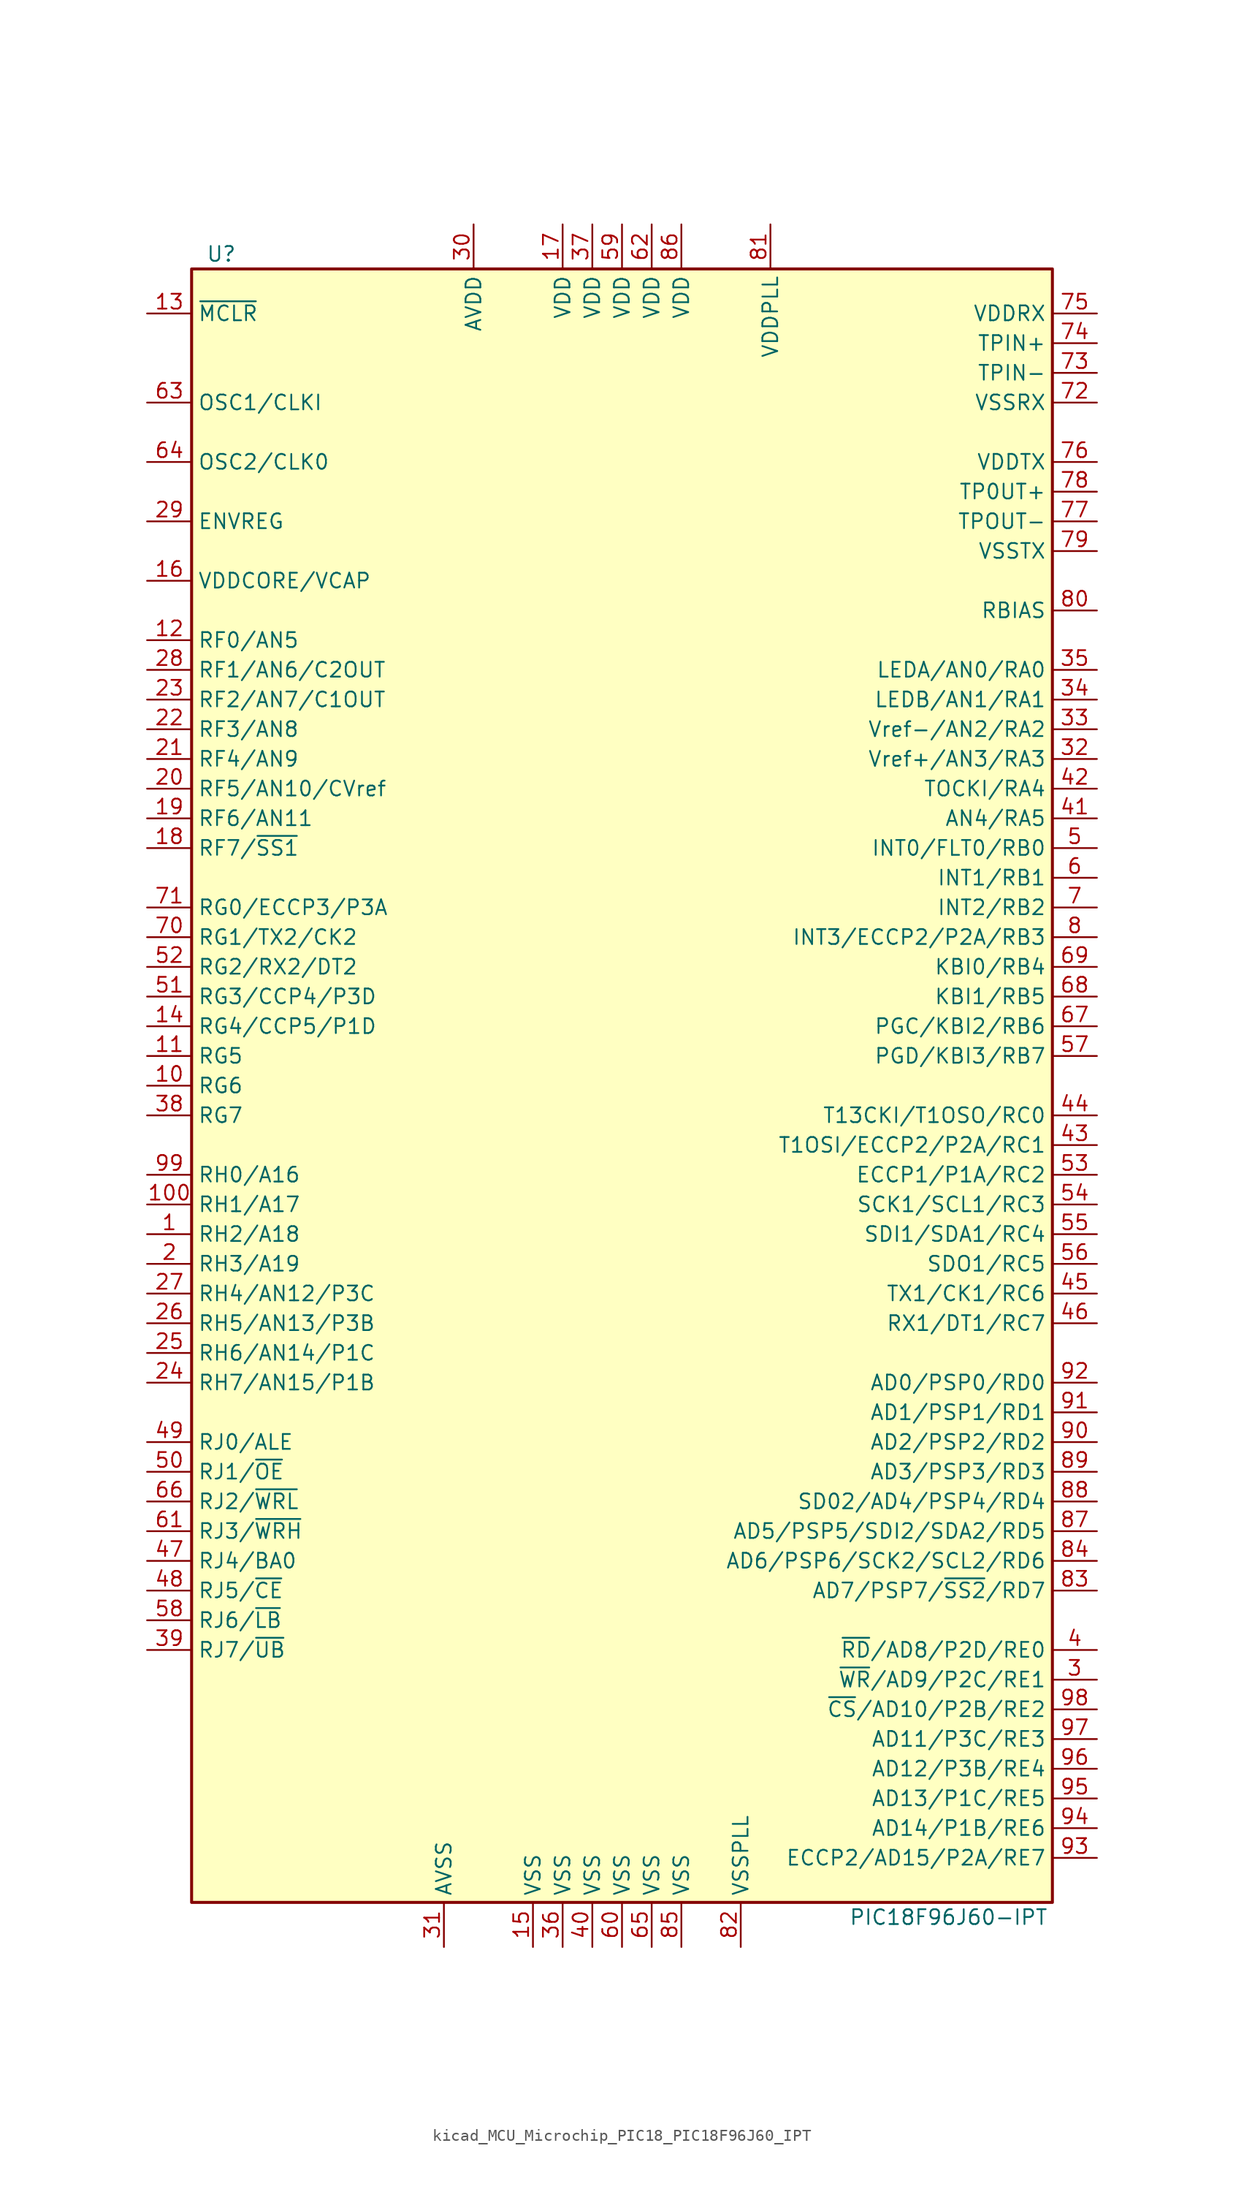
<source format=kicad_sym>
(kicad_symbol_lib
  (version 20220914)
  (generator kicad_symbol_editor)
  (symbol "kicad_MCU_Microchip_PIC18_PIC18F96J60_IPT"
    (property "Reference" "U"
      (at -34.29 71.12 0)
      (effects (font (size 1.27 1.27))))
    (property "Value" "PIC18F96J60-IPT"
      (at 27.94 -71.12 0)
      (effects (font (size 1.27 1.27))))
    (symbol "kicad_MCU_Microchip_PIC18_PIC18F96J60_IPT_0_1"
      (rectangle (start -36.83 69.85) (end 36.83 -69.85) (stroke (width 0.254) (type default)) (fill (type background))))
    (symbol "kicad_MCU_Microchip_PIC18_PIC18F96J60_IPT_1_1"
      (pin bidirectional line (at -40.64 -12.7 0) (length 3.81) (name "RH2/A18" (effects (font (size 1.27 1.27)))) (number "1" (effects (font (size 1.27 1.27)))))
      (pin bidirectional line (at -40.64 0 0) (length 3.81) (name "RG6" (effects (font (size 1.27 1.27)))) (number "10" (effects (font (size 1.27 1.27)))))
      (pin bidirectional line (at -40.64 -10.16 0) (length 3.81) (name "RH1/A17" (effects (font (size 1.27 1.27)))) (number "100" (effects (font (size 1.27 1.27)))))
      (pin bidirectional line (at -40.64 2.54 0) (length 3.81) (name "RG5" (effects (font (size 1.27 1.27)))) (number "11" (effects (font (size 1.27 1.27)))))
      (pin bidirectional line (at -40.64 38.1 0) (length 3.81) (name "RF0/AN5" (effects (font (size 1.27 1.27)))) (number "12" (effects (font (size 1.27 1.27)))))
      (pin input line (at -40.64 66.04 0) (length 3.81) (name "~{MCLR}" (effects (font (size 1.27 1.27)))) (number "13" (effects (font (size 1.27 1.27)))))
      (pin bidirectional line (at -40.64 5.08 0) (length 3.81) (name "RG4/CCP5/P1D" (effects (font (size 1.27 1.27)))) (number "14" (effects (font (size 1.27 1.27)))))
      (pin power_in line (at -7.62 -73.66 90) (length 3.81) (name "VSS" (effects (font (size 1.27 1.27)))) (number "15" (effects (font (size 1.27 1.27)))))
      (pin passive line (at -40.64 43.18 0) (length 3.81) (name "VDDCORE/VCAP" (effects (font (size 1.27 1.27)))) (number "16" (effects (font (size 1.27 1.27)))))
      (pin power_in line (at -5.08 73.66 270) (length 3.81) (name "VDD" (effects (font (size 1.27 1.27)))) (number "17" (effects (font (size 1.27 1.27)))))
      (pin bidirectional line (at -40.64 20.32 0) (length 3.81) (name "RF7/~{SS1}" (effects (font (size 1.27 1.27)))) (number "18" (effects (font (size 1.27 1.27)))))
      (pin bidirectional line (at -40.64 22.86 0) (length 3.81) (name "RF6/AN11" (effects (font (size 1.27 1.27)))) (number "19" (effects (font (size 1.27 1.27)))))
      (pin bidirectional line (at -40.64 -15.24 0) (length 3.81) (name "RH3/A19" (effects (font (size 1.27 1.27)))) (number "2" (effects (font (size 1.27 1.27)))))
      (pin bidirectional line (at -40.64 25.4 0) (length 3.81) (name "RF5/AN10/CVref" (effects (font (size 1.27 1.27)))) (number "20" (effects (font (size 1.27 1.27)))))
      (pin bidirectional line (at -40.64 27.94 0) (length 3.81) (name "RF4/AN9" (effects (font (size 1.27 1.27)))) (number "21" (effects (font (size 1.27 1.27)))))
      (pin bidirectional line (at -40.64 30.48 0) (length 3.81) (name "RF3/AN8" (effects (font (size 1.27 1.27)))) (number "22" (effects (font (size 1.27 1.27)))))
      (pin bidirectional line (at -40.64 33.02 0) (length 3.81) (name "RF2/AN7/C1OUT" (effects (font (size 1.27 1.27)))) (number "23" (effects (font (size 1.27 1.27)))))
      (pin bidirectional line (at -40.64 -25.4 0) (length 3.81) (name "RH7/AN15/P1B" (effects (font (size 1.27 1.27)))) (number "24" (effects (font (size 1.27 1.27)))))
      (pin bidirectional line (at -40.64 -22.86 0) (length 3.81) (name "RH6/AN14/P1C" (effects (font (size 1.27 1.27)))) (number "25" (effects (font (size 1.27 1.27)))))
      (pin bidirectional line (at -40.64 -20.32 0) (length 3.81) (name "RH5/AN13/P3B" (effects (font (size 1.27 1.27)))) (number "26" (effects (font (size 1.27 1.27)))))
      (pin bidirectional line (at -40.64 -17.78 0) (length 3.81) (name "RH4/AN12/P3C" (effects (font (size 1.27 1.27)))) (number "27" (effects (font (size 1.27 1.27)))))
      (pin bidirectional line (at -40.64 35.56 0) (length 3.81) (name "RF1/AN6/C2OUT" (effects (font (size 1.27 1.27)))) (number "28" (effects (font (size 1.27 1.27)))))
      (pin passive line (at -40.64 48.26 0) (length 3.81) (name "ENVREG" (effects (font (size 1.27 1.27)))) (number "29" (effects (font (size 1.27 1.27)))))
      (pin bidirectional line (at 40.64 -50.8 180) (length 3.81) (name "~{WR}/AD9/P2C/RE1" (effects (font (size 1.27 1.27)))) (number "3" (effects (font (size 1.27 1.27)))))
      (pin power_in line (at -12.7 73.66 270) (length 3.81) (name "AVDD" (effects (font (size 1.27 1.27)))) (number "30" (effects (font (size 1.27 1.27)))))
      (pin power_in line (at -15.24 -73.66 90) (length 3.81) (name "AVSS" (effects (font (size 1.27 1.27)))) (number "31" (effects (font (size 1.27 1.27)))))
      (pin bidirectional line (at 40.64 27.94 180) (length 3.81) (name "Vref+/AN3/RA3" (effects (font (size 1.27 1.27)))) (number "32" (effects (font (size 1.27 1.27)))))
      (pin bidirectional line (at 40.64 30.48 180) (length 3.81) (name "Vref-/AN2/RA2" (effects (font (size 1.27 1.27)))) (number "33" (effects (font (size 1.27 1.27)))))
      (pin bidirectional line (at 40.64 33.02 180) (length 3.81) (name "LEDB/AN1/RA1" (effects (font (size 1.27 1.27)))) (number "34" (effects (font (size 1.27 1.27)))))
      (pin bidirectional line (at 40.64 35.56 180) (length 3.81) (name "LEDA/AN0/RA0" (effects (font (size 1.27 1.27)))) (number "35" (effects (font (size 1.27 1.27)))))
      (pin power_in line (at -5.08 -73.66 90) (length 3.81) (name "VSS" (effects (font (size 1.27 1.27)))) (number "36" (effects (font (size 1.27 1.27)))))
      (pin power_in line (at -2.54 73.66 270) (length 3.81) (name "VDD" (effects (font (size 1.27 1.27)))) (number "37" (effects (font (size 1.27 1.27)))))
      (pin bidirectional line (at -40.64 -2.54 0) (length 3.81) (name "RG7" (effects (font (size 1.27 1.27)))) (number "38" (effects (font (size 1.27 1.27)))))
      (pin bidirectional line (at -40.64 -48.26 0) (length 3.81) (name "RJ7/~{UB}" (effects (font (size 1.27 1.27)))) (number "39" (effects (font (size 1.27 1.27)))))
      (pin bidirectional line (at 40.64 -48.26 180) (length 3.81) (name "~{RD}/AD8/P2D/RE0" (effects (font (size 1.27 1.27)))) (number "4" (effects (font (size 1.27 1.27)))))
      (pin power_in line (at -2.54 -73.66 90) (length 3.81) (name "VSS" (effects (font (size 1.27 1.27)))) (number "40" (effects (font (size 1.27 1.27)))))
      (pin bidirectional line (at 40.64 22.86 180) (length 3.81) (name "AN4/RA5" (effects (font (size 1.27 1.27)))) (number "41" (effects (font (size 1.27 1.27)))))
      (pin bidirectional line (at 40.64 25.4 180) (length 3.81) (name "TOCKI/RA4" (effects (font (size 1.27 1.27)))) (number "42" (effects (font (size 1.27 1.27)))))
      (pin bidirectional line (at 40.64 -5.08 180) (length 3.81) (name "T1OSI/ECCP2/P2A/RC1" (effects (font (size 1.27 1.27)))) (number "43" (effects (font (size 1.27 1.27)))))
      (pin bidirectional line (at 40.64 -2.54 180) (length 3.81) (name "T13CKI/T1OSO/RC0" (effects (font (size 1.27 1.27)))) (number "44" (effects (font (size 1.27 1.27)))))
      (pin bidirectional line (at 40.64 -17.78 180) (length 3.81) (name "TX1/CK1/RC6" (effects (font (size 1.27 1.27)))) (number "45" (effects (font (size 1.27 1.27)))))
      (pin bidirectional line (at 40.64 -20.32 180) (length 3.81) (name "RX1/DT1/RC7" (effects (font (size 1.27 1.27)))) (number "46" (effects (font (size 1.27 1.27)))))
      (pin bidirectional line (at -40.64 -40.64 0) (length 3.81) (name "RJ4/BA0" (effects (font (size 1.27 1.27)))) (number "47" (effects (font (size 1.27 1.27)))))
      (pin bidirectional line (at -40.64 -43.18 0) (length 3.81) (name "RJ5/~{CE}" (effects (font (size 1.27 1.27)))) (number "48" (effects (font (size 1.27 1.27)))))
      (pin bidirectional line (at -40.64 -30.48 0) (length 3.81) (name "RJ0/ALE" (effects (font (size 1.27 1.27)))) (number "49" (effects (font (size 1.27 1.27)))))
      (pin bidirectional line (at 40.64 20.32 180) (length 3.81) (name "INT0/FLT0/RB0" (effects (font (size 1.27 1.27)))) (number "5" (effects (font (size 1.27 1.27)))))
      (pin bidirectional line (at -40.64 -33.02 0) (length 3.81) (name "RJ1/~{OE}" (effects (font (size 1.27 1.27)))) (number "50" (effects (font (size 1.27 1.27)))))
      (pin bidirectional line (at -40.64 7.62 0) (length 3.81) (name "RG3/CCP4/P3D" (effects (font (size 1.27 1.27)))) (number "51" (effects (font (size 1.27 1.27)))))
      (pin bidirectional line (at -40.64 10.16 0) (length 3.81) (name "RG2/RX2/DT2" (effects (font (size 1.27 1.27)))) (number "52" (effects (font (size 1.27 1.27)))))
      (pin bidirectional line (at 40.64 -7.62 180) (length 3.81) (name "ECCP1/P1A/RC2" (effects (font (size 1.27 1.27)))) (number "53" (effects (font (size 1.27 1.27)))))
      (pin bidirectional line (at 40.64 -10.16 180) (length 3.81) (name "SCK1/SCL1/RC3" (effects (font (size 1.27 1.27)))) (number "54" (effects (font (size 1.27 1.27)))))
      (pin bidirectional line (at 40.64 -12.7 180) (length 3.81) (name "SDI1/SDA1/RC4" (effects (font (size 1.27 1.27)))) (number "55" (effects (font (size 1.27 1.27)))))
      (pin bidirectional line (at 40.64 -15.24 180) (length 3.81) (name "SDO1/RC5" (effects (font (size 1.27 1.27)))) (number "56" (effects (font (size 1.27 1.27)))))
      (pin bidirectional line (at 40.64 2.54 180) (length 3.81) (name "PGD/KBI3/RB7" (effects (font (size 1.27 1.27)))) (number "57" (effects (font (size 1.27 1.27)))))
      (pin bidirectional line (at -40.64 -45.72 0) (length 3.81) (name "RJ6/~{LB}" (effects (font (size 1.27 1.27)))) (number "58" (effects (font (size 1.27 1.27)))))
      (pin power_in line (at 0 73.66 270) (length 3.81) (name "VDD" (effects (font (size 1.27 1.27)))) (number "59" (effects (font (size 1.27 1.27)))))
      (pin bidirectional line (at 40.64 17.78 180) (length 3.81) (name "INT1/RB1" (effects (font (size 1.27 1.27)))) (number "6" (effects (font (size 1.27 1.27)))))
      (pin power_in line (at 0 -73.66 90) (length 3.81) (name "VSS" (effects (font (size 1.27 1.27)))) (number "60" (effects (font (size 1.27 1.27)))))
      (pin bidirectional line (at -40.64 -38.1 0) (length 3.81) (name "RJ3/~{WRH}" (effects (font (size 1.27 1.27)))) (number "61" (effects (font (size 1.27 1.27)))))
      (pin power_in line (at 2.54 73.66 270) (length 3.81) (name "VDD" (effects (font (size 1.27 1.27)))) (number "62" (effects (font (size 1.27 1.27)))))
      (pin input line (at -40.64 58.42 0) (length 3.81) (name "OSC1/CLKI" (effects (font (size 1.27 1.27)))) (number "63" (effects (font (size 1.27 1.27)))))
      (pin output line (at -40.64 53.34 0) (length 3.81) (name "OSC2/CLK0" (effects (font (size 1.27 1.27)))) (number "64" (effects (font (size 1.27 1.27)))))
      (pin power_in line (at 2.54 -73.66 90) (length 3.81) (name "VSS" (effects (font (size 1.27 1.27)))) (number "65" (effects (font (size 1.27 1.27)))))
      (pin bidirectional line (at -40.64 -35.56 0) (length 3.81) (name "RJ2/~{WRL}" (effects (font (size 1.27 1.27)))) (number "66" (effects (font (size 1.27 1.27)))))
      (pin bidirectional line (at 40.64 5.08 180) (length 3.81) (name "PGC/KBI2/RB6" (effects (font (size 1.27 1.27)))) (number "67" (effects (font (size 1.27 1.27)))))
      (pin bidirectional line (at 40.64 7.62 180) (length 3.81) (name "KBI1/RB5" (effects (font (size 1.27 1.27)))) (number "68" (effects (font (size 1.27 1.27)))))
      (pin bidirectional line (at 40.64 10.16 180) (length 3.81) (name "KBI0/RB4" (effects (font (size 1.27 1.27)))) (number "69" (effects (font (size 1.27 1.27)))))
      (pin bidirectional line (at 40.64 15.24 180) (length 3.81) (name "INT2/RB2" (effects (font (size 1.27 1.27)))) (number "7" (effects (font (size 1.27 1.27)))))
      (pin bidirectional line (at -40.64 12.7 0) (length 3.81) (name "RG1/TX2/CK2" (effects (font (size 1.27 1.27)))) (number "70" (effects (font (size 1.27 1.27)))))
      (pin bidirectional line (at -40.64 15.24 0) (length 3.81) (name "RG0/ECCP3/P3A" (effects (font (size 1.27 1.27)))) (number "71" (effects (font (size 1.27 1.27)))))
      (pin power_in line (at 40.64 58.42 180) (length 3.81) (name "VSSRX" (effects (font (size 1.27 1.27)))) (number "72" (effects (font (size 1.27 1.27)))))
      (pin passive line (at 40.64 60.96 180) (length 3.81) (name "TPIN-" (effects (font (size 1.27 1.27)))) (number "73" (effects (font (size 1.27 1.27)))))
      (pin passive line (at 40.64 63.5 180) (length 3.81) (name "TPIN+" (effects (font (size 1.27 1.27)))) (number "74" (effects (font (size 1.27 1.27)))))
      (pin power_in line (at 40.64 66.04 180) (length 3.81) (name "VDDRX" (effects (font (size 1.27 1.27)))) (number "75" (effects (font (size 1.27 1.27)))))
      (pin power_in line (at 40.64 53.34 180) (length 3.81) (name "VDDTX" (effects (font (size 1.27 1.27)))) (number "76" (effects (font (size 1.27 1.27)))))
      (pin passive line (at 40.64 48.26 180) (length 3.81) (name "TPOUT-" (effects (font (size 1.27 1.27)))) (number "77" (effects (font (size 1.27 1.27)))))
      (pin passive line (at 40.64 50.8 180) (length 3.81) (name "TP0UT+" (effects (font (size 1.27 1.27)))) (number "78" (effects (font (size 1.27 1.27)))))
      (pin power_in line (at 40.64 45.72 180) (length 3.81) (name "VSSTX" (effects (font (size 1.27 1.27)))) (number "79" (effects (font (size 1.27 1.27)))))
      (pin bidirectional line (at 40.64 12.7 180) (length 3.81) (name "INT3/ECCP2/P2A/RB3" (effects (font (size 1.27 1.27)))) (number "8" (effects (font (size 1.27 1.27)))))
      (pin passive line (at 40.64 40.64 180) (length 3.81) (name "RBIAS" (effects (font (size 1.27 1.27)))) (number "80" (effects (font (size 1.27 1.27)))))
      (pin power_in line (at 12.7 73.66 270) (length 3.81) (name "VDDPLL" (effects (font (size 1.27 1.27)))) (number "81" (effects (font (size 1.27 1.27)))))
      (pin power_in line (at 10.16 -73.66 90) (length 3.81) (name "VSSPLL" (effects (font (size 1.27 1.27)))) (number "82" (effects (font (size 1.27 1.27)))))
      (pin bidirectional line (at 40.64 -43.18 180) (length 3.81) (name "AD7/PSP7/~{SS2}/RD7" (effects (font (size 1.27 1.27)))) (number "83" (effects (font (size 1.27 1.27)))))
      (pin bidirectional line (at 40.64 -40.64 180) (length 3.81) (name "AD6/PSP6/SCK2/SCL2/RD6" (effects (font (size 1.27 1.27)))) (number "84" (effects (font (size 1.27 1.27)))))
      (pin power_in line (at 5.08 -73.66 90) (length 3.81) (name "VSS" (effects (font (size 1.27 1.27)))) (number "85" (effects (font (size 1.27 1.27)))))
      (pin power_in line (at 5.08 73.66 270) (length 3.81) (name "VDD" (effects (font (size 1.27 1.27)))) (number "86" (effects (font (size 1.27 1.27)))))
      (pin bidirectional line (at 40.64 -38.1 180) (length 3.81) (name "AD5/PSP5/SDI2/SDA2/RD5" (effects (font (size 1.27 1.27)))) (number "87" (effects (font (size 1.27 1.27)))))
      (pin bidirectional line (at 40.64 -35.56 180) (length 3.81) (name "SD02/AD4/PSP4/RD4" (effects (font (size 1.27 1.27)))) (number "88" (effects (font (size 1.27 1.27)))))
      (pin bidirectional line (at 40.64 -33.02 180) (length 3.81) (name "AD3/PSP3/RD3" (effects (font (size 1.27 1.27)))) (number "89" (effects (font (size 1.27 1.27)))))
      (pin no_connect line (at -20.32 -69.85 90) (length 3.81) hide (name "NC" (effects (font (size 1.27 1.27)))) (number "9" (effects (font (size 1.27 1.27)))))
      (pin bidirectional line (at 40.64 -30.48 180) (length 3.81) (name "AD2/PSP2/RD2" (effects (font (size 1.27 1.27)))) (number "90" (effects (font (size 1.27 1.27)))))
      (pin bidirectional line (at 40.64 -27.94 180) (length 3.81) (name "AD1/PSP1/RD1" (effects (font (size 1.27 1.27)))) (number "91" (effects (font (size 1.27 1.27)))))
      (pin bidirectional line (at 40.64 -25.4 180) (length 3.81) (name "AD0/PSP0/RD0" (effects (font (size 1.27 1.27)))) (number "92" (effects (font (size 1.27 1.27)))))
      (pin bidirectional line (at 40.64 -66.04 180) (length 3.81) (name "ECCP2/AD15/P2A/RE7" (effects (font (size 1.27 1.27)))) (number "93" (effects (font (size 1.27 1.27)))))
      (pin bidirectional line (at 40.64 -63.5 180) (length 3.81) (name "AD14/P1B/RE6" (effects (font (size 1.27 1.27)))) (number "94" (effects (font (size 1.27 1.27)))))
      (pin bidirectional line (at 40.64 -60.96 180) (length 3.81) (name "AD13/P1C/RE5" (effects (font (size 1.27 1.27)))) (number "95" (effects (font (size 1.27 1.27)))))
      (pin bidirectional line (at 40.64 -58.42 180) (length 3.81) (name "AD12/P3B/RE4" (effects (font (size 1.27 1.27)))) (number "96" (effects (font (size 1.27 1.27)))))
      (pin bidirectional line (at 40.64 -55.88 180) (length 3.81) (name "AD11/P3C/RE3" (effects (font (size 1.27 1.27)))) (number "97" (effects (font (size 1.27 1.27)))))
      (pin bidirectional line (at 40.64 -53.34 180) (length 3.81) (name "~{CS}/AD10/P2B/RE2" (effects (font (size 1.27 1.27)))) (number "98" (effects (font (size 1.27 1.27)))))
      (pin bidirectional line (at -40.64 -7.62 0) (length 3.81) (name "RH0/A16" (effects (font (size 1.27 1.27)))) (number "99" (effects (font (size 1.27 1.27))))))))
</source>
